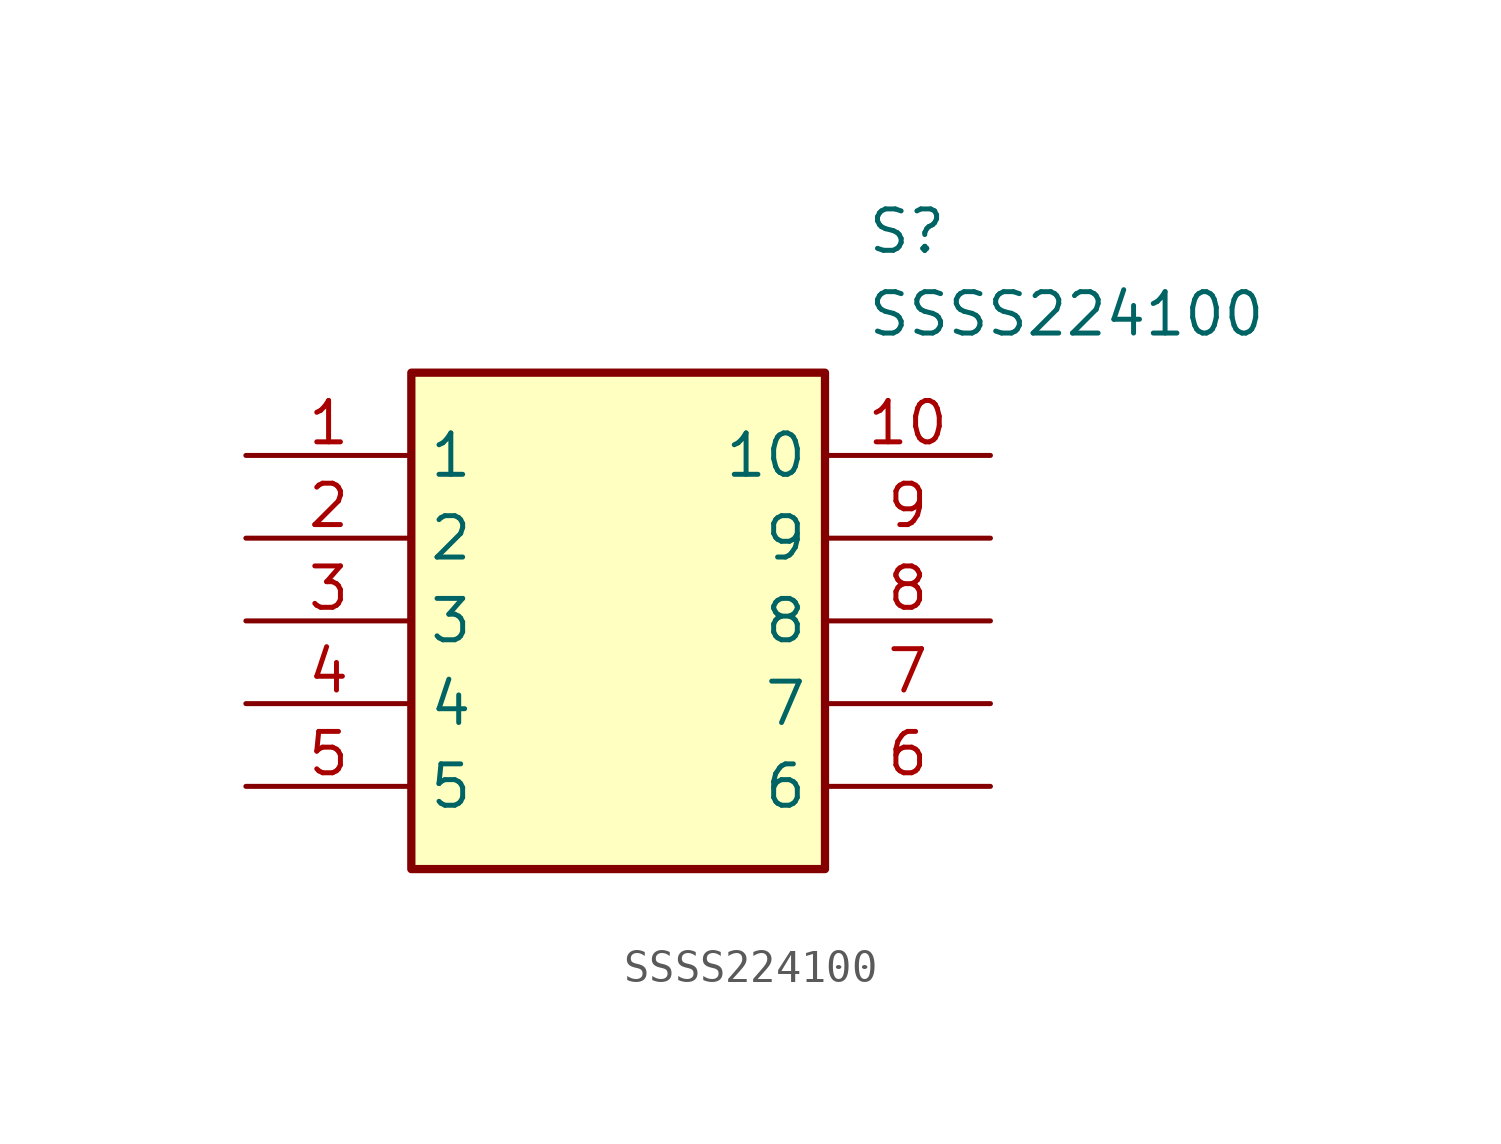
<source format=kicad_sym>
(kicad_symbol_lib
  (version 20211014)
  (generator SamacSys_ECAD_Model)
  (symbol "SSSS224100"
    (property "Reference" "S"
      (at 19.05 7.62 0)
      (effects (font (size 1.27 1.27)) (justify left top)))
    (property "Value" "SSSS224100"
      (at 19.05 5.08 0)
      (effects (font (size 1.27 1.27)) (justify left top)))
    (rectangle
      (start 5.08 2.54)
      (end 17.78 -12.7)
      (stroke (width 0.254) (type default))
      (fill (type background)))
    (pin passive line
      (at 0 0 0)
      (length 5.08)
      (name "1" (effects (font (size 1.27 1.27))))
      (number "1" (effects (font (size 1.27 1.27)))))
    (pin passive line
      (at 0 -2.54 0)
      (length 5.08)
      (name "2" (effects (font (size 1.27 1.27))))
      (number "2" (effects (font (size 1.27 1.27)))))
    (pin passive line
      (at 0 -5.08 0)
      (length 5.08)
      (name "3" (effects (font (size 1.27 1.27))))
      (number "3" (effects (font (size 1.27 1.27)))))
    (pin passive line
      (at 0 -7.62 0)
      (length 5.08)
      (name "4" (effects (font (size 1.27 1.27))))
      (number "4" (effects (font (size 1.27 1.27)))))
    (pin passive line
      (at 0 -10.16 0)
      (length 5.08)
      (name "5" (effects (font (size 1.27 1.27))))
      (number "5" (effects (font (size 1.27 1.27)))))
    (pin passive line
      (at 22.86 -10.16 180)
      (length 5.08)
      (name "6" (effects (font (size 1.27 1.27))))
      (number "6" (effects (font (size 1.27 1.27)))))
    (pin passive line
      (at 22.86 -7.62 180)
      (length 5.08)
      (name "7" (effects (font (size 1.27 1.27))))
      (number "7" (effects (font (size 1.27 1.27)))))
    (pin passive line
      (at 22.86 -5.08 180)
      (length 5.08)
      (name "8" (effects (font (size 1.27 1.27))))
      (number "8" (effects (font (size 1.27 1.27)))))
    (pin passive line
      (at 22.86 -2.54 180)
      (length 5.08)
      (name "9" (effects (font (size 1.27 1.27))))
      (number "9" (effects (font (size 1.27 1.27)))))
    (pin passive line
      (at 22.86 0 180)
      (length 5.08)
      (name "10" (effects (font (size 1.27 1.27))))
      (number "10" (effects (font (size 1.27 1.27)))))))
</source>
